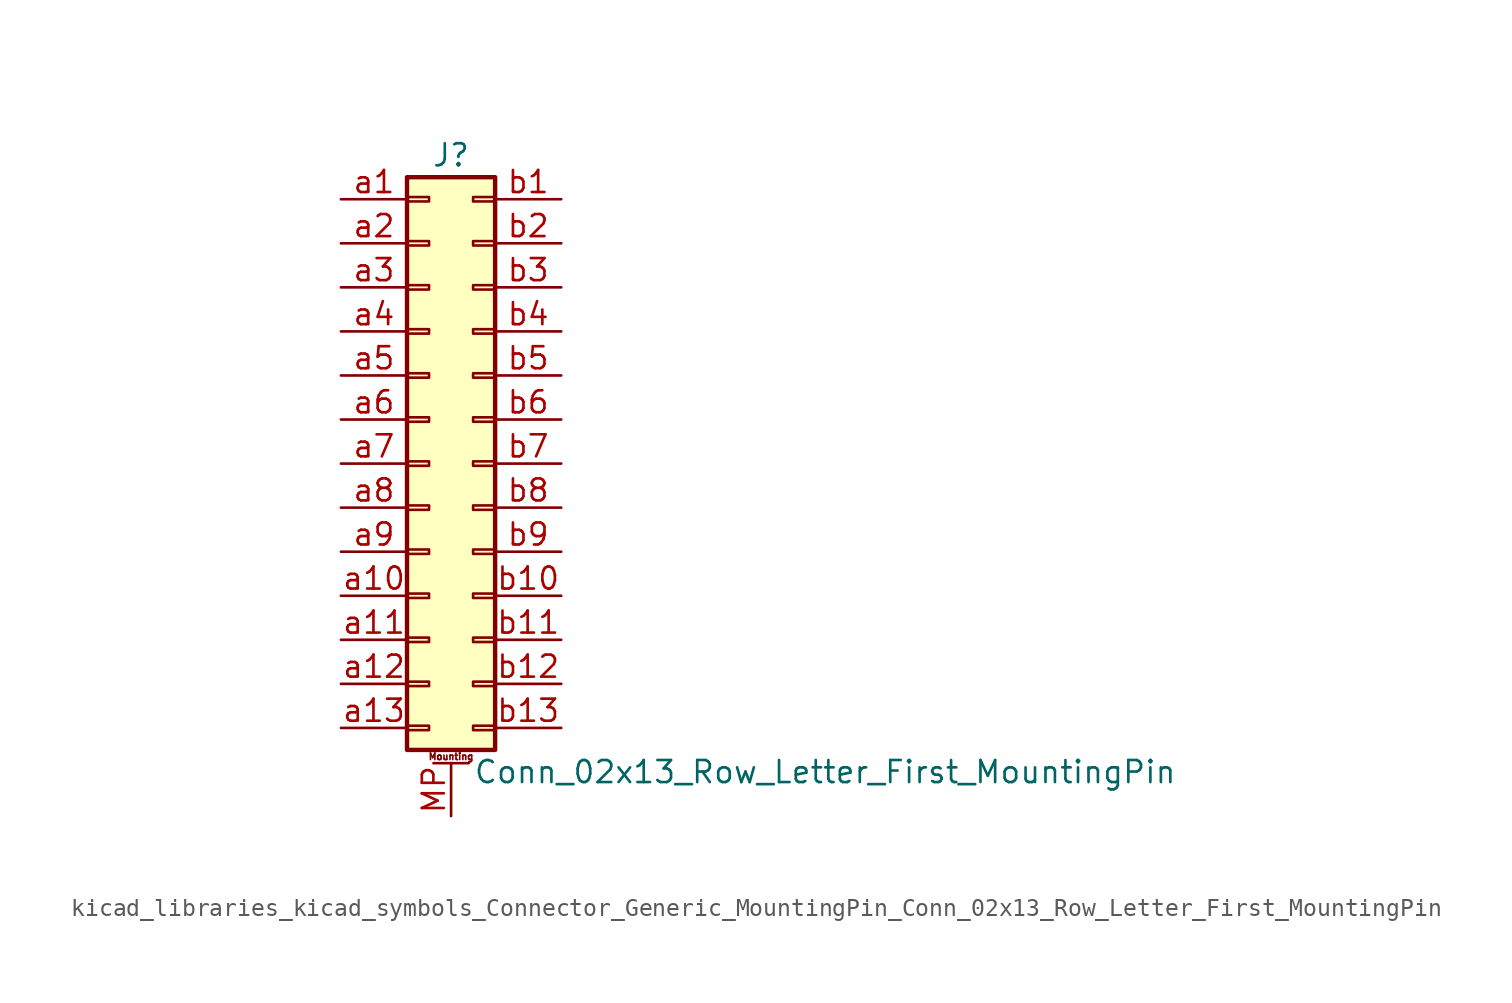
<source format=kicad_sym>
(kicad_symbol_lib
  (version 20220914)
  (generator kicad_symbol_editor)
  (symbol "kicad_libraries_kicad_symbols_Connector_Generic_MountingPin_Conn_02x13_Row_Letter_First_MountingPin"
    (pin_names
      (offset 1.016) hide)
    (property "Reference" "J"
      (at 1.27 17.78 0)
      (effects (font (size 1.27 1.27))))
    (property "Value" "Conn_02x13_Row_Letter_First_MountingPin"
      (at 2.54 -17.78 0)
      (effects (font (size 1.27 1.27)) (justify left)))
    (symbol "kicad_libraries_kicad_symbols_Connector_Generic_MountingPin_Conn_02x13_Row_Letter_First_MountingPin_1_1"
      (rectangle (start -1.27 -15.113) (end 0 -15.367) (stroke (width 0.152) (type default)) (fill (type none)))
      (rectangle (start -1.27 -12.573) (end 0 -12.827) (stroke (width 0.152) (type default)) (fill (type none)))
      (rectangle (start -1.27 -10.033) (end 0 -10.287) (stroke (width 0.152) (type default)) (fill (type none)))
      (rectangle (start -1.27 -7.493) (end 0 -7.747) (stroke (width 0.152) (type default)) (fill (type none)))
      (rectangle (start -1.27 -4.953) (end 0 -5.207) (stroke (width 0.152) (type default)) (fill (type none)))
      (rectangle (start -1.27 -2.413) (end 0 -2.667) (stroke (width 0.152) (type default)) (fill (type none)))
      (rectangle (start -1.27 0.127) (end 0 -0.127) (stroke (width 0.152) (type default)) (fill (type none)))
      (rectangle (start -1.27 2.667) (end 0 2.413) (stroke (width 0.152) (type default)) (fill (type none)))
      (rectangle (start -1.27 5.207) (end 0 4.953) (stroke (width 0.152) (type default)) (fill (type none)))
      (rectangle (start -1.27 7.747) (end 0 7.493) (stroke (width 0.152) (type default)) (fill (type none)))
      (rectangle (start -1.27 10.287) (end 0 10.033) (stroke (width 0.152) (type default)) (fill (type none)))
      (rectangle (start -1.27 12.827) (end 0 12.573) (stroke (width 0.152) (type default)) (fill (type none)))
      (rectangle (start -1.27 15.367) (end 0 15.113) (stroke (width 0.152) (type default)) (fill (type none)))
      (rectangle (start -1.27 16.51) (end 3.81 -16.51) (stroke (width 0.254) (type default)) (fill (type background)))
      (polyline (pts (xy 0.254 -17.272) (xy 2.286 -17.272)) (stroke (width 0.152) (type default)) (fill (type none)))
      (rectangle (start 3.81 -15.113) (end 2.54 -15.367) (stroke (width 0.152) (type default)) (fill (type none)))
      (rectangle (start 3.81 -12.573) (end 2.54 -12.827) (stroke (width 0.152) (type default)) (fill (type none)))
      (rectangle (start 3.81 -10.033) (end 2.54 -10.287) (stroke (width 0.152) (type default)) (fill (type none)))
      (rectangle (start 3.81 -7.493) (end 2.54 -7.747) (stroke (width 0.152) (type default)) (fill (type none)))
      (rectangle (start 3.81 -4.953) (end 2.54 -5.207) (stroke (width 0.152) (type default)) (fill (type none)))
      (rectangle (start 3.81 -2.413) (end 2.54 -2.667) (stroke (width 0.152) (type default)) (fill (type none)))
      (rectangle (start 3.81 0.127) (end 2.54 -0.127) (stroke (width 0.152) (type default)) (fill (type none)))
      (rectangle (start 3.81 2.667) (end 2.54 2.413) (stroke (width 0.152) (type default)) (fill (type none)))
      (rectangle (start 3.81 5.207) (end 2.54 4.953) (stroke (width 0.152) (type default)) (fill (type none)))
      (rectangle (start 3.81 7.747) (end 2.54 7.493) (stroke (width 0.152) (type default)) (fill (type none)))
      (rectangle (start 3.81 10.287) (end 2.54 10.033) (stroke (width 0.152) (type default)) (fill (type none)))
      (rectangle (start 3.81 12.827) (end 2.54 12.573) (stroke (width 0.152) (type default)) (fill (type none)))
      (rectangle (start 3.81 15.367) (end 2.54 15.113) (stroke (width 0.152) (type default)) (fill (type none)))
      (text "Mounting" (at 1.27 -16.891 0) (effects (font (size 0.381 0.381))))
      (pin passive line (at 1.27 -20.32 90) (length 3.048) (name "MountPin" (effects (font (size 1.27 1.27)))) (number "MP" (effects (font (size 1.27 1.27)))))
      (pin passive line (at -5.08 15.24 0) (length 3.81) (name "Pin_a1" (effects (font (size 1.27 1.27)))) (number "a1" (effects (font (size 1.27 1.27)))))
      (pin passive line (at -5.08 -7.62 0) (length 3.81) (name "Pin_a10" (effects (font (size 1.27 1.27)))) (number "a10" (effects (font (size 1.27 1.27)))))
      (pin passive line (at -5.08 -10.16 0) (length 3.81) (name "Pin_a11" (effects (font (size 1.27 1.27)))) (number "a11" (effects (font (size 1.27 1.27)))))
      (pin passive line (at -5.08 -12.7 0) (length 3.81) (name "Pin_a12" (effects (font (size 1.27 1.27)))) (number "a12" (effects (font (size 1.27 1.27)))))
      (pin passive line (at -5.08 -15.24 0) (length 3.81) (name "Pin_a13" (effects (font (size 1.27 1.27)))) (number "a13" (effects (font (size 1.27 1.27)))))
      (pin passive line (at -5.08 12.7 0) (length 3.81) (name "Pin_a2" (effects (font (size 1.27 1.27)))) (number "a2" (effects (font (size 1.27 1.27)))))
      (pin passive line (at -5.08 10.16 0) (length 3.81) (name "Pin_a3" (effects (font (size 1.27 1.27)))) (number "a3" (effects (font (size 1.27 1.27)))))
      (pin passive line (at -5.08 7.62 0) (length 3.81) (name "Pin_a4" (effects (font (size 1.27 1.27)))) (number "a4" (effects (font (size 1.27 1.27)))))
      (pin passive line (at -5.08 5.08 0) (length 3.81) (name "Pin_a5" (effects (font (size 1.27 1.27)))) (number "a5" (effects (font (size 1.27 1.27)))))
      (pin passive line (at -5.08 2.54 0) (length 3.81) (name "Pin_a6" (effects (font (size 1.27 1.27)))) (number "a6" (effects (font (size 1.27 1.27)))))
      (pin passive line (at -5.08 0 0) (length 3.81) (name "Pin_a7" (effects (font (size 1.27 1.27)))) (number "a7" (effects (font (size 1.27 1.27)))))
      (pin passive line (at -5.08 -2.54 0) (length 3.81) (name "Pin_a8" (effects (font (size 1.27 1.27)))) (number "a8" (effects (font (size 1.27 1.27)))))
      (pin passive line (at -5.08 -5.08 0) (length 3.81) (name "Pin_a9" (effects (font (size 1.27 1.27)))) (number "a9" (effects (font (size 1.27 1.27)))))
      (pin passive line (at 7.62 15.24 180) (length 3.81) (name "Pin_b1" (effects (font (size 1.27 1.27)))) (number "b1" (effects (font (size 1.27 1.27)))))
      (pin passive line (at 7.62 -7.62 180) (length 3.81) (name "Pin_b10" (effects (font (size 1.27 1.27)))) (number "b10" (effects (font (size 1.27 1.27)))))
      (pin passive line (at 7.62 -10.16 180) (length 3.81) (name "Pin_b11" (effects (font (size 1.27 1.27)))) (number "b11" (effects (font (size 1.27 1.27)))))
      (pin passive line (at 7.62 -12.7 180) (length 3.81) (name "Pin_b12" (effects (font (size 1.27 1.27)))) (number "b12" (effects (font (size 1.27 1.27)))))
      (pin passive line (at 7.62 -15.24 180) (length 3.81) (name "Pin_b13" (effects (font (size 1.27 1.27)))) (number "b13" (effects (font (size 1.27 1.27)))))
      (pin passive line (at 7.62 12.7 180) (length 3.81) (name "Pin_b2" (effects (font (size 1.27 1.27)))) (number "b2" (effects (font (size 1.27 1.27)))))
      (pin passive line (at 7.62 10.16 180) (length 3.81) (name "Pin_b3" (effects (font (size 1.27 1.27)))) (number "b3" (effects (font (size 1.27 1.27)))))
      (pin passive line (at 7.62 7.62 180) (length 3.81) (name "Pin_b4" (effects (font (size 1.27 1.27)))) (number "b4" (effects (font (size 1.27 1.27)))))
      (pin passive line (at 7.62 5.08 180) (length 3.81) (name "Pin_b5" (effects (font (size 1.27 1.27)))) (number "b5" (effects (font (size 1.27 1.27)))))
      (pin passive line (at 7.62 2.54 180) (length 3.81) (name "Pin_b6" (effects (font (size 1.27 1.27)))) (number "b6" (effects (font (size 1.27 1.27)))))
      (pin passive line (at 7.62 0 180) (length 3.81) (name "Pin_b7" (effects (font (size 1.27 1.27)))) (number "b7" (effects (font (size 1.27 1.27)))))
      (pin passive line (at 7.62 -2.54 180) (length 3.81) (name "Pin_b8" (effects (font (size 1.27 1.27)))) (number "b8" (effects (font (size 1.27 1.27)))))
      (pin passive line (at 7.62 -5.08 180) (length 3.81) (name "Pin_b9" (effects (font (size 1.27 1.27)))) (number "b9" (effects (font (size 1.27 1.27))))))))
</source>
